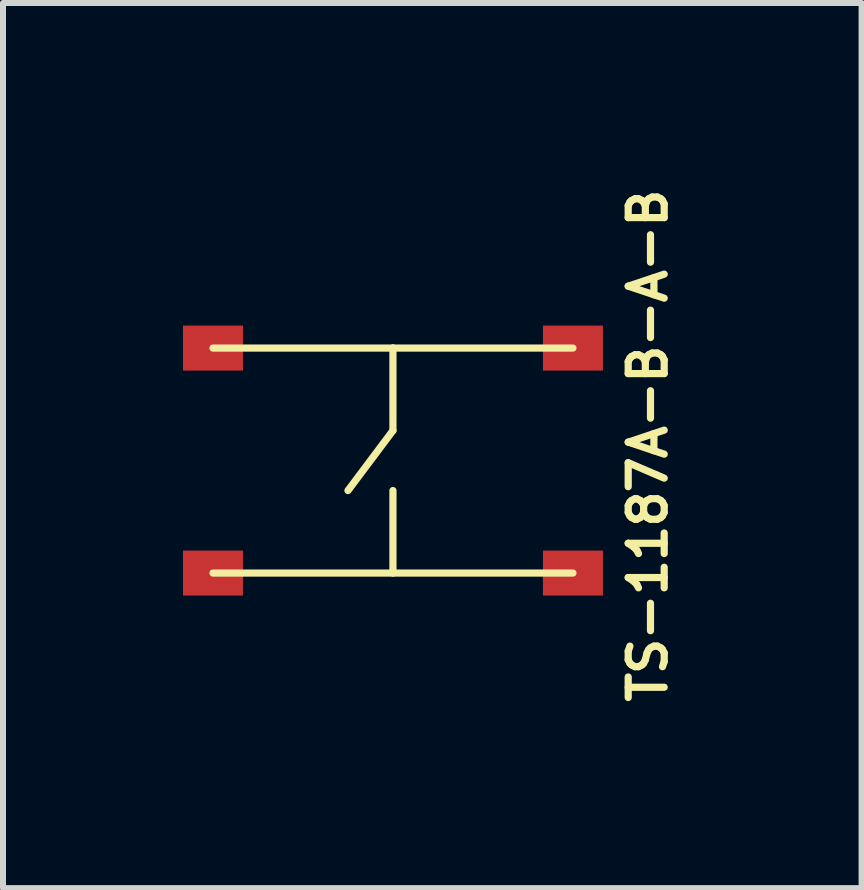
<source format=kicad_pcb>
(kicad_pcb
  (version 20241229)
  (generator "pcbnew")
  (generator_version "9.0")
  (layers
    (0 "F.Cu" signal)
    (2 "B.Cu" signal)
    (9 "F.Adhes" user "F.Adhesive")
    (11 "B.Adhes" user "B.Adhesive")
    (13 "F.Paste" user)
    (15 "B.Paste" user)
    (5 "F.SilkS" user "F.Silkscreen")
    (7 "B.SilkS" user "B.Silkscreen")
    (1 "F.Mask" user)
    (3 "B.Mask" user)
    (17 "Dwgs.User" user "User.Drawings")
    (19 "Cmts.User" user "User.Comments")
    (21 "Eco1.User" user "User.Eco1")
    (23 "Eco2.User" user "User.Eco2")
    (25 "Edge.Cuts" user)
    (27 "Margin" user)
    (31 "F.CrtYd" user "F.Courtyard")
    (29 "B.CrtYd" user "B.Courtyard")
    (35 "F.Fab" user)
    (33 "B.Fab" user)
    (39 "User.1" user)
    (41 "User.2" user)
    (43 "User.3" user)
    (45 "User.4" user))
  (footprint "TS-1187A-B-A-B"
    (layer "F.Cu")
    (at 3.5 4.627)
    (property "Reference" "TS-1187A-B-A-B" (at 4.25 -0.25 90) (layer "F.SilkS") (effects (font (size 0.6 0.6) (thickness 0.12))))
    (attr through_hole)
    (fp_line (start -3 1.875) (end 3 1.875) (stroke (width 0.12) (type solid)) (layer "F.SilkS"))
    (fp_line (start 0 -1.875) (end -3 -1.875) (stroke (width 0.12) (type solid)) (layer "F.SilkS"))
    (fp_line (start 0 -1.875) (end 3 -1.875) (stroke (width 0.12) (type solid)) (layer "F.SilkS"))
    (fp_line (start 0 -0.5) (end -0.75 0.5) (stroke (width 0.12) (type solid)) (layer "F.SilkS"))
    (fp_line (start 0 -0.5) (end 0 -1.875) (stroke (width 0.12) (type solid)) (layer "F.SilkS"))
    (fp_line (start 0 0.5) (end 0 1.875) (stroke (width 0.12) (type solid)) (layer "F.SilkS"))
    (pad "1" smd rect (at -3 -1.875) (size 1 0.75) (layers "F.Cu" "F.Mask" "F.Paste"))
    (pad "1" smd rect (at 3 -1.875) (size 1 0.75) (layers "F.Cu" "F.Mask" "F.Paste"))
    (pad "2" smd rect (at -3 1.875) (size 1 0.75) (layers "F.Cu" "F.Mask" "F.Paste"))
    (pad "2" smd rect (at 3 1.875) (size 1 0.75) (layers "F.Cu" "F.Mask" "F.Paste")))
  (gr_rect
    (start -3 -3)
    (end 11.312 11.754)
    (stroke (width 0.1) (type default))
    (fill no)
    (layer "Edge.Cuts")))
</source>
